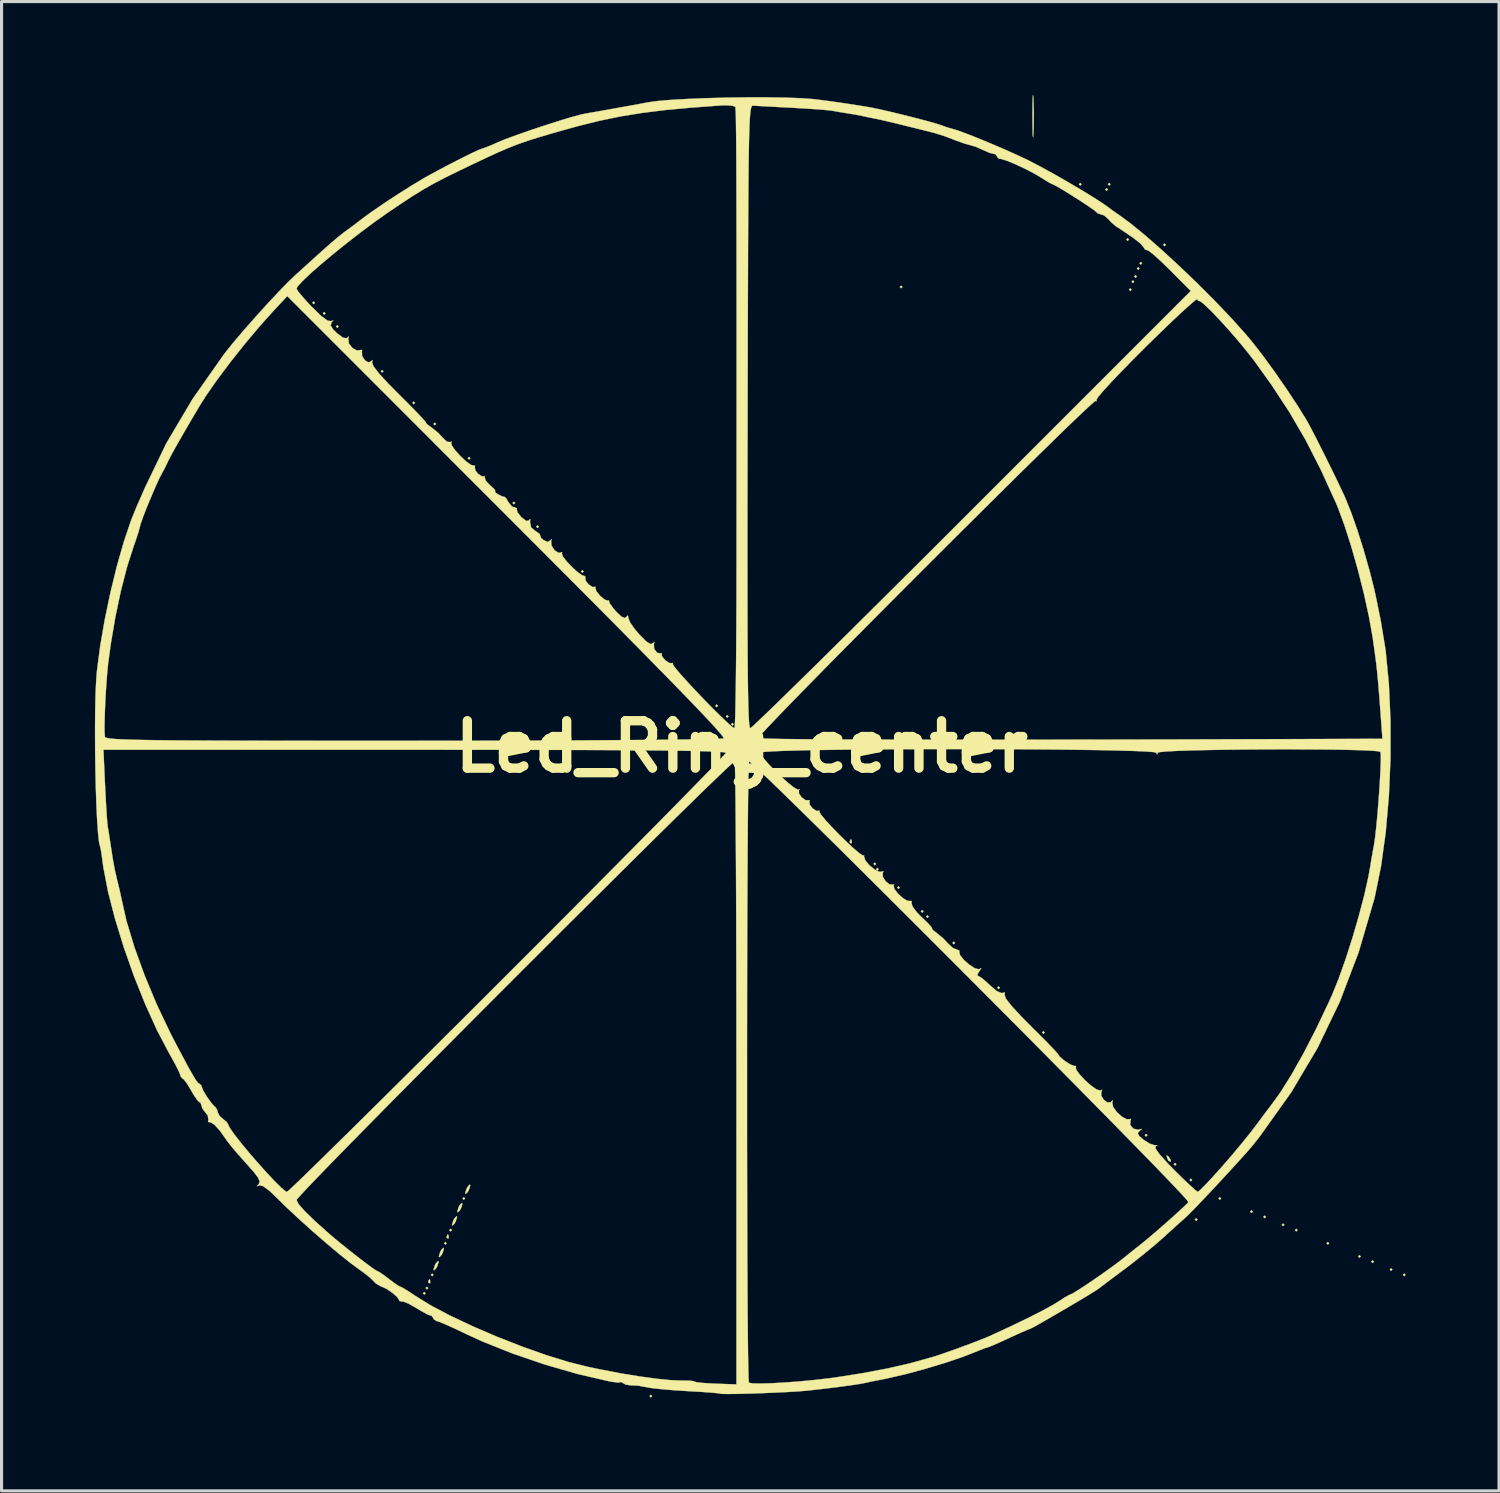
<source format=kicad_pcb>
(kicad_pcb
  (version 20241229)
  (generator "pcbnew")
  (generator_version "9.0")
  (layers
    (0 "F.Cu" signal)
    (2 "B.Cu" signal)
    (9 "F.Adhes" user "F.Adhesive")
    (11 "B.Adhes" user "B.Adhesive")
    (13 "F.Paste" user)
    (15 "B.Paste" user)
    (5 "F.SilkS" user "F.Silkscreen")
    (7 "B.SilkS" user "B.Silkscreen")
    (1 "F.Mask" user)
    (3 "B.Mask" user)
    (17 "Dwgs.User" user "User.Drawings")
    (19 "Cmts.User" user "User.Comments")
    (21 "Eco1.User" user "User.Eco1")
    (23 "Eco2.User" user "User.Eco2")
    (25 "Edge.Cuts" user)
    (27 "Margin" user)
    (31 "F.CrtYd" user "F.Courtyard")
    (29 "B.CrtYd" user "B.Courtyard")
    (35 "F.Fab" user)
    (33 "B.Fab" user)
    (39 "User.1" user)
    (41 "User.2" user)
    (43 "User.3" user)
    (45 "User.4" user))
  (footprint "Led_Ring_center"
    (layer "F.Cu")
    (at 20.788 20.948)
    (property "Reference" "Led_Ring_center" (at 0 0 0) (layer "F.SilkS") (effects (font (size 1.524 1.524) (thickness 0.3))))
    (attr through_hole)
    (fp_poly (pts (xy -13.716 -14.266) (xy -13.758 -14.224) (xy -13.801 -14.266) (xy -13.758 -14.309) (xy -13.716 -14.266)) (stroke (width 0.01) (type solid)) (fill yes) (layer "F.SilkS"))
    (fp_poly (pts (xy -13.377 -13.928) (xy -13.42 -13.885) (xy -13.462 -13.928) (xy -13.42 -13.97) (xy -13.377 -13.928)) (stroke (width 0.01) (type solid)) (fill yes) (layer "F.SilkS"))
    (fp_poly (pts (xy -12.954 -13.504) (xy -12.996 -13.462) (xy -13.039 -13.504) (xy -12.996 -13.547) (xy -12.954 -13.504)) (stroke (width 0.01) (type solid)) (fill yes) (layer "F.SilkS"))
    (fp_poly (pts (xy -11.515 -12.065) (xy -11.557 -12.023) (xy -11.599 -12.065) (xy -11.557 -12.107) (xy -11.515 -12.065)) (stroke (width 0.01) (type solid)) (fill yes) (layer "F.SilkS"))
    (fp_poly (pts (xy -10.499 -11.049) (xy -10.541 -11.007) (xy -10.583 -11.049) (xy -10.541 -11.091) (xy -10.499 -11.049)) (stroke (width 0.01) (type solid)) (fill yes) (layer "F.SilkS"))
    (fp_poly (pts (xy -10.16 17.568) (xy -10.202 17.611) (xy -10.245 17.568) (xy -10.202 17.526) (xy -10.16 17.568)) (stroke (width 0.01) (type solid)) (fill yes) (layer "F.SilkS"))
    (fp_poly (pts (xy -10.075 17.399) (xy -10.118 17.441) (xy -10.16 17.399) (xy -10.118 17.357) (xy -10.075 17.399)) (stroke (width 0.01) (type solid)) (fill yes) (layer "F.SilkS"))
    (fp_poly (pts (xy -9.906 16.976) (xy -9.948 17.018) (xy -9.991 16.976) (xy -9.948 16.933) (xy -9.906 16.976)) (stroke (width 0.01) (type solid)) (fill yes) (layer "F.SilkS"))
    (fp_poly (pts (xy -9.821 -10.372) (xy -9.864 -10.329) (xy -9.906 -10.372) (xy -9.864 -10.414) (xy -9.821 -10.372)) (stroke (width 0.01) (type solid)) (fill yes) (layer "F.SilkS"))
    (fp_poly (pts (xy -9.483 15.96) (xy -9.525 16.002) (xy -9.567 15.96) (xy -9.525 15.917) (xy -9.483 15.96)) (stroke (width 0.01) (type solid)) (fill yes) (layer "F.SilkS"))
    (fp_poly (pts (xy -9.313 15.536) (xy -9.356 15.579) (xy -9.398 15.536) (xy -9.356 15.494) (xy -9.313 15.536)) (stroke (width 0.01) (type solid)) (fill yes) (layer "F.SilkS"))
    (fp_poly (pts (xy -8.89 14.52) (xy -8.932 14.563) (xy -8.975 14.52) (xy -8.932 14.478) (xy -8.89 14.52)) (stroke (width 0.01) (type solid)) (fill yes) (layer "F.SilkS"))
    (fp_poly (pts (xy -8.721 -9.271) (xy -8.763 -9.229) (xy -8.805 -9.271) (xy -8.763 -9.313) (xy -8.721 -9.271)) (stroke (width 0.01) (type solid)) (fill yes) (layer "F.SilkS"))
    (fp_poly (pts (xy -7.281 -7.832) (xy -7.324 -7.789) (xy -7.366 -7.832) (xy -7.324 -7.874) (xy -7.281 -7.832)) (stroke (width 0.01) (type solid)) (fill yes) (layer "F.SilkS"))
    (fp_poly (pts (xy -6.519 -7.07) (xy -6.562 -7.027) (xy -6.604 -7.07) (xy -6.562 -7.112) (xy -6.519 -7.07)) (stroke (width 0.01) (type solid)) (fill yes) (layer "F.SilkS"))
    (fp_poly (pts (xy -5.08 -5.63) (xy -5.122 -5.588) (xy -5.165 -5.63) (xy -5.122 -5.673) (xy -5.08 -5.63)) (stroke (width 0.01) (type solid)) (fill yes) (layer "F.SilkS"))
    (fp_poly (pts (xy -2.879 20.87) (xy -2.921 20.913) (xy -2.963 20.87) (xy -2.921 20.828) (xy -2.879 20.87)) (stroke (width 0.01) (type solid)) (fill yes) (layer "F.SilkS"))
    (fp_poly (pts (xy -0.762 -1.312) (xy -0.804 -1.27) (xy -0.847 -1.312) (xy -0.804 -1.355) (xy -0.762 -1.312)) (stroke (width 0.01) (type solid)) (fill yes) (layer "F.SilkS"))
    (fp_poly (pts (xy -0.423 -0.974) (xy -0.466 -0.931) (xy -0.508 -0.974) (xy -0.466 -1.016) (xy -0.423 -0.974)) (stroke (width 0.01) (type solid)) (fill yes) (layer "F.SilkS"))
    (fp_poly (pts (xy -0.254 -0.72) (xy -0.296 -0.677) (xy -0.339 -0.72) (xy -0.296 -0.762) (xy -0.254 -0.72)) (stroke (width 0.01) (type solid)) (fill yes) (layer "F.SilkS"))
    (fp_poly (pts (xy 1.355 0.804) (xy 1.312 0.847) (xy 1.27 0.804) (xy 1.312 0.762) (xy 1.355 0.804)) (stroke (width 0.01) (type solid)) (fill yes) (layer "F.SilkS"))
    (fp_poly (pts (xy 4.318 3.768) (xy 4.276 3.81) (xy 4.233 3.768) (xy 4.276 3.725) (xy 4.318 3.768)) (stroke (width 0.01) (type solid)) (fill yes) (layer "F.SilkS"))
    (fp_poly (pts (xy 4.403 3.937) (xy 4.36 3.979) (xy 4.318 3.937) (xy 4.36 3.895) (xy 4.403 3.937)) (stroke (width 0.01) (type solid)) (fill yes) (layer "F.SilkS"))
    (fp_poly (pts (xy 5.08 4.53) (xy 5.038 4.572) (xy 4.995 4.53) (xy 5.038 4.487) (xy 5.08 4.53)) (stroke (width 0.01) (type solid)) (fill yes) (layer "F.SilkS"))
    (fp_poly (pts (xy 5.165 -14.774) (xy 5.122 -14.732) (xy 5.08 -14.774) (xy 5.122 -14.817) (xy 5.165 -14.774)) (stroke (width 0.01) (type solid)) (fill yes) (layer "F.SilkS"))
    (fp_poly (pts (xy 5.842 5.292) (xy 5.8 5.334) (xy 5.757 5.292) (xy 5.8 5.249) (xy 5.842 5.292)) (stroke (width 0.01) (type solid)) (fill yes) (layer "F.SilkS"))
    (fp_poly (pts (xy 6.011 5.461) (xy 5.969 5.503) (xy 5.927 5.461) (xy 5.969 5.419) (xy 6.011 5.461)) (stroke (width 0.01) (type solid)) (fill yes) (layer "F.SilkS"))
    (fp_poly (pts (xy 6.858 6.308) (xy 6.816 6.35) (xy 6.773 6.308) (xy 6.816 6.265) (xy 6.858 6.308)) (stroke (width 0.01) (type solid)) (fill yes) (layer "F.SilkS"))
    (fp_poly (pts (xy 8.297 7.747) (xy 8.255 7.789) (xy 8.213 7.747) (xy 8.255 7.705) (xy 8.297 7.747)) (stroke (width 0.01) (type solid)) (fill yes) (layer "F.SilkS"))
    (fp_poly (pts (xy 9.737 9.186) (xy 9.694 9.229) (xy 9.652 9.186) (xy 9.694 9.144) (xy 9.737 9.186)) (stroke (width 0.01) (type solid)) (fill yes) (layer "F.SilkS"))
    (fp_poly (pts (xy 10.922 -18.076) (xy 10.88 -18.034) (xy 10.837 -18.076) (xy 10.88 -18.119) (xy 10.922 -18.076)) (stroke (width 0.01) (type solid)) (fill yes) (layer "F.SilkS"))
    (fp_poly (pts (xy 11.769 -17.907) (xy 11.726 -17.865) (xy 11.684 -17.907) (xy 11.726 -17.949) (xy 11.769 -17.907)) (stroke (width 0.01) (type solid)) (fill yes) (layer "F.SilkS"))
    (fp_poly (pts (xy 11.853 -18.076) (xy 11.811 -18.034) (xy 11.769 -18.076) (xy 11.811 -18.119) (xy 11.853 -18.076)) (stroke (width 0.01) (type solid)) (fill yes) (layer "F.SilkS"))
    (fp_poly (pts (xy 12.446 -16.298) (xy 12.404 -16.256) (xy 12.361 -16.298) (xy 12.404 -16.341) (xy 12.446 -16.298)) (stroke (width 0.01) (type solid)) (fill yes) (layer "F.SilkS"))
    (fp_poly (pts (xy 12.531 -14.69) (xy 12.488 -14.647) (xy 12.446 -14.69) (xy 12.488 -14.732) (xy 12.531 -14.69)) (stroke (width 0.01) (type solid)) (fill yes) (layer "F.SilkS"))
    (fp_poly (pts (xy 12.615 -14.944) (xy 12.573 -14.901) (xy 12.531 -14.944) (xy 12.573 -14.986) (xy 12.615 -14.944)) (stroke (width 0.01) (type solid)) (fill yes) (layer "F.SilkS"))
    (fp_poly (pts (xy 12.7 -15.113) (xy 12.658 -15.071) (xy 12.615 -15.113) (xy 12.658 -15.155) (xy 12.7 -15.113)) (stroke (width 0.01) (type solid)) (fill yes) (layer "F.SilkS"))
    (fp_poly (pts (xy 12.785 -15.367) (xy 12.742 -15.325) (xy 12.7 -15.367) (xy 12.742 -15.409) (xy 12.785 -15.367)) (stroke (width 0.01) (type solid)) (fill yes) (layer "F.SilkS"))
    (fp_poly (pts (xy 12.869 -15.536) (xy 12.827 -15.494) (xy 12.785 -15.536) (xy 12.827 -15.579) (xy 12.869 -15.536)) (stroke (width 0.01) (type solid)) (fill yes) (layer "F.SilkS"))
    (fp_poly (pts (xy 13.039 12.488) (xy 12.996 12.531) (xy 12.954 12.488) (xy 12.996 12.446) (xy 13.039 12.488)) (stroke (width 0.01) (type solid)) (fill yes) (layer "F.SilkS"))
    (fp_poly (pts (xy 13.631 -16.129) (xy 13.589 -16.087) (xy 13.547 -16.129) (xy 13.589 -16.171) (xy 13.631 -16.129)) (stroke (width 0.01) (type solid)) (fill yes) (layer "F.SilkS"))
    (fp_poly (pts (xy 13.97 13.42) (xy 13.928 13.462) (xy 13.885 13.42) (xy 13.928 13.377) (xy 13.97 13.42)) (stroke (width 0.01) (type solid)) (fill yes) (layer "F.SilkS"))
    (fp_poly (pts (xy 14.478 13.928) (xy 14.436 13.97) (xy 14.393 13.928) (xy 14.436 13.885) (xy 14.478 13.928)) (stroke (width 0.01) (type solid)) (fill yes) (layer "F.SilkS"))
    (fp_poly (pts (xy 14.647 15.198) (xy 14.605 15.24) (xy 14.563 15.198) (xy 14.605 15.155) (xy 14.647 15.198)) (stroke (width 0.01) (type solid)) (fill yes) (layer "F.SilkS"))
    (fp_poly (pts (xy 15.409 14.52) (xy 15.367 14.563) (xy 15.325 14.52) (xy 15.367 14.478) (xy 15.409 14.52)) (stroke (width 0.01) (type solid)) (fill yes) (layer "F.SilkS"))
    (fp_poly (pts (xy 16.425 14.944) (xy 16.383 14.986) (xy 16.341 14.944) (xy 16.383 14.901) (xy 16.425 14.944)) (stroke (width 0.01) (type solid)) (fill yes) (layer "F.SilkS"))
    (fp_poly (pts (xy 16.849 15.113) (xy 16.806 15.155) (xy 16.764 15.113) (xy 16.806 15.071) (xy 16.849 15.113)) (stroke (width 0.01) (type solid)) (fill yes) (layer "F.SilkS"))
    (fp_poly (pts (xy 17.441 15.367) (xy 17.399 15.409) (xy 17.357 15.367) (xy 17.399 15.325) (xy 17.441 15.367)) (stroke (width 0.01) (type solid)) (fill yes) (layer "F.SilkS"))
    (fp_poly (pts (xy 17.865 15.536) (xy 17.822 15.579) (xy 17.78 15.536) (xy 17.822 15.494) (xy 17.865 15.536)) (stroke (width 0.01) (type solid)) (fill yes) (layer "F.SilkS"))
    (fp_poly (pts (xy 18.881 15.96) (xy 18.838 16.002) (xy 18.796 15.96) (xy 18.838 15.917) (xy 18.881 15.96)) (stroke (width 0.01) (type solid)) (fill yes) (layer "F.SilkS"))
    (fp_poly (pts (xy 19.897 16.383) (xy 19.854 16.425) (xy 19.812 16.383) (xy 19.854 16.341) (xy 19.897 16.383)) (stroke (width 0.01) (type solid)) (fill yes) (layer "F.SilkS"))
    (fp_poly (pts (xy 20.32 16.552) (xy 20.278 16.595) (xy 20.235 16.552) (xy 20.278 16.51) (xy 20.32 16.552)) (stroke (width 0.01) (type solid)) (fill yes) (layer "F.SilkS"))
    (fp_poly (pts (xy 20.913 16.806) (xy 20.87 16.849) (xy 20.828 16.806) (xy 20.87 16.764) (xy 20.913 16.806)) (stroke (width 0.01) (type solid)) (fill yes) (layer "F.SilkS"))
    (fp_poly (pts (xy 21.336 16.976) (xy 21.294 17.018) (xy 21.251 16.976) (xy 21.294 16.933) (xy 21.336 16.976)) (stroke (width 0.01) (type solid)) (fill yes) (layer "F.SilkS"))
    (fp_poly (pts (xy -10.019 17.131) (xy -10.009 17.231) (xy -10.019 17.244) (xy -10.069 17.232) (xy -10.075 17.187) (xy -10.044 17.118) (xy -10.019 17.131)) (stroke (width 0.01) (type solid)) (fill yes) (layer "F.SilkS"))
    (fp_poly (pts (xy -9.426 15.692) (xy -9.416 15.792) (xy -9.426 15.804) (xy -9.477 15.793) (xy -9.483 15.748) (xy -9.452 15.678) (xy -9.426 15.692)) (stroke (width 0.01) (type solid)) (fill yes) (layer "F.SilkS"))
    (fp_poly (pts (xy 3.528 2.992) (xy 3.538 3.092) (xy 3.528 3.104) (xy 3.477 3.093) (xy 3.471 3.048) (xy 3.502 2.978) (xy 3.528 2.992)) (stroke (width 0.01) (type solid)) (fill yes) (layer "F.SilkS"))
    (fp_poly (pts (xy 13.715 13.174) (xy 13.727 13.185) (xy 13.793 13.296) (xy 13.784 13.337) (xy 13.721 13.312) (xy 13.679 13.233) (xy 13.653 13.134) (xy 13.715 13.174)) (stroke (width 0.01) (type solid)) (fill yes) (layer "F.SilkS"))
    (fp_poly (pts (xy -9.739 16.552) (xy -9.781 16.691) (xy -9.821 16.764) (xy -9.888 16.832) (xy -9.903 16.806) (xy -9.861 16.667) (xy -9.821 16.595) (xy -9.754 16.527) (xy -9.739 16.552)) (stroke (width 0.01) (type solid)) (fill yes) (layer "F.SilkS"))
    (fp_poly (pts (xy -9.57 16.129) (xy -9.612 16.268) (xy -9.652 16.341) (xy -9.719 16.408) (xy -9.734 16.383) (xy -9.692 16.244) (xy -9.652 16.171) (xy -9.585 16.104) (xy -9.57 16.129)) (stroke (width 0.01) (type solid)) (fill yes) (layer "F.SilkS"))
    (fp_poly (pts (xy -9.147 15.113) (xy -9.189 15.252) (xy -9.229 15.325) (xy -9.296 15.392) (xy -9.311 15.367) (xy -9.269 15.228) (xy -9.229 15.155) (xy -9.162 15.088) (xy -9.147 15.113)) (stroke (width 0.01) (type solid)) (fill yes) (layer "F.SilkS"))
    (fp_poly (pts (xy -8.977 14.69) (xy -9.019 14.829) (xy -9.059 14.901) (xy -9.126 14.969) (xy -9.141 14.944) (xy -9.099 14.805) (xy -9.059 14.732) (xy -8.992 14.664) (xy -8.977 14.69)) (stroke (width 0.01) (type solid)) (fill yes) (layer "F.SilkS"))
    (fp_poly (pts (xy -8.723 14.097) (xy -8.765 14.236) (xy -8.805 14.309) (xy -8.872 14.376) (xy -8.887 14.351) (xy -8.845 14.212) (xy -8.805 14.139) (xy -8.738 14.072) (xy -8.723 14.097)) (stroke (width 0.01) (type solid)) (fill yes) (layer "F.SilkS"))
    (fp_poly (pts (xy 9.372 -20.879) (xy 9.376 -20.803) (xy 9.388 -20.399) (xy 9.385 -19.965) (xy 9.376 -19.703) (xy 9.365 -19.588) (xy 9.356 -19.629) (xy 9.35 -19.811) (xy 9.347 -20.119) (xy 9.346 -20.278) (xy 9.348 -20.629) (xy 9.354 -20.855) (xy 9.362 -20.943) (xy 9.372 -20.879)) (stroke (width 0.01) (type solid)) (fill yes) (layer "F.SilkS"))
    (fp_poly (pts (xy 1.412 -20.86) (xy 1.923 -20.841) (xy 2.317 -20.812) (xy 2.328 -20.81) (xy 2.712 -20.762) (xy 3.181 -20.697) (xy 3.66 -20.624) (xy 4.073 -20.557) (xy 4.191 -20.535) (xy 4.451 -20.481) (xy 4.802 -20.4) (xy 5.201 -20.303) (xy 5.605 -20.201) (xy 5.969 -20.105) (xy 6.25 -20.026) (xy 6.392 -19.98) (xy 6.612 -19.902) (xy 6.773 -19.856) (xy 6.964 -19.798) (xy 7.272 -19.684) (xy 7.659 -19.53) (xy 8.09 -19.351) (xy 8.526 -19.163) (xy 8.931 -18.979) (xy 9.241 -18.831) (xy 9.613 -18.636) (xy 10.047 -18.398) (xy 10.503 -18.137) (xy 10.944 -17.876) (xy 11.332 -17.638) (xy 11.629 -17.445) (xy 11.738 -17.367) (xy 11.959 -17.206) (xy 12.109 -17.103) (xy 12.499 -16.817) (xy 12.975 -16.427) (xy 13.51 -15.958) (xy 14.08 -15.433) (xy 14.658 -14.877) (xy 15.221 -14.314) (xy 15.741 -13.768) (xy 16.194 -13.263) (xy 16.389 -13.031) (xy 16.735 -12.588) (xy 17.126 -12.052) (xy 17.523 -11.479) (xy 17.889 -10.923) (xy 18.159 -10.486) (xy 18.269 -10.285) (xy 18.433 -9.971) (xy 18.63 -9.58) (xy 18.843 -9.153) (xy 19.052 -8.728) (xy 19.237 -8.343) (xy 19.38 -8.037) (xy 19.396 -8.001) (xy 19.584 -7.537) (xy 19.787 -6.958) (xy 19.99 -6.316) (xy 20.176 -5.664) (xy 20.331 -5.053) (xy 20.398 -4.741) (xy 20.459 -4.439) (xy 20.513 -4.173) (xy 20.536 -4.064) (xy 20.695 -3.099) (xy 20.8 -2.013) (xy 20.852 -0.847) (xy 20.852 0.362) (xy 20.801 1.572) (xy 20.699 2.745) (xy 20.548 3.841) (xy 20.349 4.82) (xy 20.326 4.911) (xy 19.827 6.61) (xy 19.225 8.191) (xy 18.508 9.681) (xy 17.663 11.106) (xy 16.676 12.492) (xy 16.448 12.783) (xy 16.303 12.955) (xy 16.074 13.211) (xy 15.788 13.527) (xy 15.469 13.874) (xy 15.141 14.226) (xy 14.829 14.557) (xy 14.559 14.84) (xy 14.354 15.048) (xy 14.245 15.151) (xy 14.114 15.265) (xy 13.901 15.457) (xy 13.645 15.69) (xy 13.583 15.748) (xy 13.284 16.01) (xy 12.908 16.321) (xy 12.513 16.633) (xy 12.313 16.785) (xy 12 17.018) (xy 11.733 17.218) (xy 11.546 17.36) (xy 11.472 17.417) (xy 11.367 17.488) (xy 11.153 17.62) (xy 10.862 17.795) (xy 10.526 17.994) (xy 10.176 18.199) (xy 9.843 18.392) (xy 9.56 18.554) (xy 9.357 18.667) (xy 9.265 18.711) (xy 9.264 18.711) (xy 9.173 18.745) (xy 8.967 18.834) (xy 8.686 18.962) (xy 8.588 19.008) (xy 8.291 19.144) (xy 8.055 19.248) (xy 7.921 19.3) (xy 7.906 19.304) (xy 7.803 19.335) (xy 7.615 19.41) (xy 7.59 19.421) (xy 7.124 19.605) (xy 6.545 19.801) (xy 5.906 19.994) (xy 5.26 20.168) (xy 4.663 20.307) (xy 4.36 20.366) (xy 4.134 20.41) (xy 3.979 20.446) (xy 3.808 20.479) (xy 3.507 20.525) (xy 3.113 20.578) (xy 2.665 20.633) (xy 2.2 20.685) (xy 2.074 20.699) (xy 1.817 20.72) (xy 1.467 20.741) (xy 1.06 20.76) (xy 0.629 20.778) (xy 0.209 20.792) (xy -0.166 20.801) (xy -0.462 20.804) (xy -0.645 20.8) (xy -0.686 20.794) (xy -0.779 20.778) (xy -1.007 20.757) (xy -1.335 20.734) (xy -1.731 20.712) (xy -1.736 20.711) (xy -2.168 20.684) (xy -2.57 20.65) (xy -2.892 20.614) (xy -3.073 20.583) (xy -3.32 20.538) (xy -3.515 20.526) (xy -3.539 20.529) (xy -3.724 20.504) (xy -3.789 20.468) (xy -3.88 20.416) (xy -3.895 20.426) (xy -3.968 20.436) (xy -4.155 20.415) (xy -4.255 20.397) (xy -5.263 20.164) (xy -6.319 19.86) (xy -7.363 19.504) (xy -8.334 19.116) (xy -8.858 18.875) (xy -9.21 18.707) (xy -9.51 18.572) (xy -9.723 18.484) (xy -9.81 18.457) (xy -9.901 18.399) (xy -9.906 18.373) (xy -9.968 18.29) (xy -9.988 18.288) (xy -10.1 18.246) (xy -10.301 18.137) (xy -10.466 18.037) (xy -10.696 17.906) (xy -10.871 17.834) (xy -10.934 17.83) (xy -11.003 17.814) (xy -11.007 17.791) (xy -11.072 17.688) (xy -11.23 17.55) (xy -11.423 17.421) (xy -11.593 17.344) (xy -11.605 17.341) (xy -11.757 17.254) (xy -11.826 17.182) (xy -11.952 17.059) (xy -12.162 16.894) (xy -12.291 16.803) (xy -12.574 16.594) (xy -12.945 16.298) (xy -13.37 15.941) (xy -13.814 15.554) (xy -14.246 15.165) (xy -14.631 14.805) (xy -14.864 14.574) (xy -14.866 14.572) (xy -14.308 14.572) (xy -14.242 14.7) (xy -14.05 14.921) (xy -13.74 15.223) (xy -13.323 15.598) (xy -13.166 15.734) (xy -12.922 15.937) (xy -12.639 16.165) (xy -12.347 16.394) (xy -12.079 16.6) (xy -11.866 16.757) (xy -11.74 16.841) (xy -11.722 16.849) (xy -11.628 16.897) (xy -11.453 17.02) (xy -11.345 17.103) (xy -11.148 17.251) (xy -11.006 17.343) (xy -10.971 17.357) (xy -10.878 17.401) (xy -10.691 17.516) (xy -10.499 17.645) (xy -9.996 17.955) (xy -9.366 18.288) (xy -8.643 18.629) (xy -7.865 18.963) (xy -7.068 19.276) (xy -6.29 19.552) (xy -5.566 19.776) (xy -4.932 19.934) (xy -4.911 19.938) (xy -4.808 19.959) (xy -4.605 20.002) (xy -4.53 20.017) (xy -3.921 20.135) (xy -3.319 20.234) (xy -2.762 20.311) (xy -2.289 20.359) (xy -1.939 20.373) (xy -1.926 20.372) (xy -1.692 20.375) (xy -1.547 20.391) (xy -1.524 20.405) (xy -1.446 20.427) (xy -1.239 20.45) (xy -0.942 20.468) (xy -0.847 20.472) (xy -0.169 20.496) (xy -0.169 11.308) (xy 0.171 11.308) (xy 0.171 12.425) (xy 0.173 13.519) (xy 0.175 14.578) (xy 0.178 15.589) (xy 0.181 16.54) (xy 0.186 17.417) (xy 0.191 18.207) (xy 0.197 18.898) (xy 0.203 19.478) (xy 0.211 19.933) (xy 0.219 20.25) (xy 0.228 20.417) (xy 0.232 20.44) (xy 0.345 20.463) (xy 0.595 20.469) (xy 0.951 20.459) (xy 1.384 20.435) (xy 1.863 20.399) (xy 2.356 20.352) (xy 2.834 20.296) (xy 3.006 20.273) (xy 3.868 20.138) (xy 4.678 19.985) (xy 5.395 19.822) (xy 5.906 19.68) (xy 6.051 19.639) (xy 6.076 19.633) (xy 6.243 19.583) (xy 6.522 19.488) (xy 6.868 19.366) (xy 7.234 19.231) (xy 7.577 19.102) (xy 7.849 18.994) (xy 7.957 18.948) (xy 8.598 18.652) (xy 9.167 18.378) (xy 9.644 18.137) (xy 10.003 17.941) (xy 10.185 17.829) (xy 10.386 17.699) (xy 10.525 17.621) (xy 10.554 17.611) (xy 10.65 17.565) (xy 10.85 17.441) (xy 11.121 17.263) (xy 11.43 17.052) (xy 11.744 16.831) (xy 12.03 16.623) (xy 12.255 16.451) (xy 12.259 16.447) (xy 12.503 16.251) (xy 12.716 16.081) (xy 12.817 16.002) (xy 13.01 15.845) (xy 13.265 15.629) (xy 13.549 15.382) (xy 13.832 15.132) (xy 14.081 14.906) (xy 14.267 14.733) (xy 14.356 14.639) (xy 14.357 14.637) (xy 14.306 14.567) (xy 14.144 14.386) (xy 13.879 14.105) (xy 13.521 13.731) (xy 13.079 13.275) (xy 12.561 12.744) (xy 11.977 12.148) (xy 11.336 11.497) (xy 10.647 10.798) (xy 9.918 10.062) (xy 9.159 9.296) (xy 8.379 8.511) (xy 7.586 7.715) (xy 6.791 6.917) (xy 6.001 6.127) (xy 5.225 5.352) (xy 4.474 4.603) (xy 3.755 3.889) (xy 3.078 3.217) (xy 2.451 2.598) (xy 1.885 2.041) (xy 1.387 1.554) (xy 0.967 1.146) (xy 0.634 0.827) (xy 0.396 0.605) (xy 0.263 0.49) (xy 0.238 0.476) (xy 0.229 0.564) (xy 0.22 0.809) (xy 0.212 1.198) (xy 0.204 1.718) (xy 0.198 2.356) (xy 0.192 3.1) (xy 0.187 3.936) (xy 0.182 4.852) (xy 0.178 5.835) (xy 0.175 6.872) (xy 0.173 7.951) (xy 0.172 9.058) (xy 0.171 10.181) (xy 0.171 11.308) (xy -0.169 11.308) (xy -0.169 10.516) (xy -0.17 9.23) (xy -0.171 7.991) (xy -0.173 6.81) (xy -0.176 5.697) (xy -0.18 4.663) (xy -0.185 3.718) (xy -0.19 2.873) (xy -0.195 2.139) (xy -0.201 1.525) (xy -0.208 1.043) (xy -0.215 0.702) (xy -0.222 0.514) (xy -0.227 0.479) (xy -0.294 0.528) (xy -0.471 0.689) (xy -0.749 0.953) (xy -1.12 1.309) (xy -1.573 1.751) (xy -2.1 2.267) (xy -2.692 2.85) (xy -3.34 3.491) (xy -4.034 4.179) (xy -4.767 4.908) (xy -5.529 5.666) (xy -6.31 6.446) (xy -7.103 7.238) (xy -7.897 8.033) (xy -8.684 8.822) (xy -9.455 9.597) (xy -10.201 10.348) (xy -10.912 11.066) (xy -11.581 11.742) (xy -12.197 12.368) (xy -12.752 12.933) (xy -13.237 13.43) (xy -13.643 13.849) (xy -13.96 14.181) (xy -14.18 14.417) (xy -14.294 14.548) (xy -14.308 14.572) (xy -14.866 14.572) (xy -15.17 14.281) (xy -15.382 14.123) (xy -15.504 14.098) (xy -15.507 14.099) (xy -15.577 14.128) (xy -15.52 14.055) (xy -15.519 14.054) (xy -15.492 13.975) (xy -15.543 13.852) (xy -15.687 13.661) (xy -15.932 13.386) (xy -16.181 13.107) (xy -16.399 12.851) (xy -16.548 12.659) (xy -16.578 12.615) (xy -16.766 12.348) (xy -16.941 12.156) (xy -17.074 12.069) (xy -17.114 12.072) (xy -17.153 12.052) (xy -17.14 11.998) (xy -17.16 11.854) (xy -17.226 11.772) (xy -17.336 11.628) (xy -17.357 11.547) (xy -17.395 11.441) (xy -17.422 11.43) (xy -17.496 11.362) (xy -17.615 11.188) (xy -17.695 11.049) (xy -17.825 10.832) (xy -17.93 10.694) (xy -17.969 10.668) (xy -18.032 10.603) (xy -18.034 10.579) (xy -18.074 10.47) (xy -18.181 10.254) (xy -18.335 9.97) (xy -18.41 9.839) (xy -18.793 9.111) (xy -19.171 8.276) (xy -19.532 7.375) (xy -19.86 6.446) (xy -20.142 5.529) (xy -20.365 4.664) (xy -20.514 3.891) (xy -20.543 3.683) (xy -20.577 3.432) (xy -20.607 3.258) (xy -20.619 3.216) (xy -20.655 3.07) (xy -20.687 2.781) (xy -20.716 2.373) (xy -20.74 1.872) (xy -20.759 1.302) (xy -20.773 0.69) (xy -20.781 0.098) (xy -20.514 0.098) (xy -20.461 1.255) (xy -20.439 1.694) (xy -20.416 2.083) (xy -20.395 2.385) (xy -20.377 2.563) (xy -20.374 2.582) (xy -20.342 2.769) (xy -20.301 3.036) (xy -20.285 3.14) (xy -20.215 3.596) (xy -20.149 3.955) (xy -20.073 4.29) (xy -20.055 4.36) (xy -19.995 4.607) (xy -19.953 4.796) (xy -19.947 4.826) (xy -19.778 5.584) (xy -19.52 6.44) (xy -19.188 7.356) (xy -18.796 8.294) (xy -18.357 9.216) (xy -18.242 9.44) (xy -17.976 9.944) (xy -17.777 10.314) (xy -17.632 10.57) (xy -17.532 10.731) (xy -17.465 10.813) (xy -17.42 10.837) (xy -17.359 10.903) (xy -17.357 10.925) (xy -17.309 11.048) (xy -17.196 11.238) (xy -17.06 11.431) (xy -16.943 11.564) (xy -16.912 11.585) (xy -16.854 11.683) (xy -16.849 11.733) (xy -16.783 11.867) (xy -16.679 11.958) (xy -16.547 12.066) (xy -16.51 12.133) (xy -16.456 12.248) (xy -16.31 12.456) (xy -16.094 12.732) (xy -15.833 13.048) (xy -15.549 13.377) (xy -15.266 13.693) (xy -15.006 13.969) (xy -14.794 14.178) (xy -14.653 14.294) (xy -14.617 14.309) (xy -14.546 14.25) (xy -14.364 14.079) (xy -14.076 13.803) (xy -13.692 13.429) (xy -13.219 12.965) (xy -12.663 12.418) (xy -12.033 11.796) (xy -11.336 11.106) (xy -10.579 10.355) (xy -9.771 9.551) (xy -8.918 8.702) (xy -8.029 7.815) (xy -7.517 7.303) (xy -6.61 6.396) (xy -5.738 5.522) (xy -4.908 4.688) (xy -4.126 3.901) (xy -3.401 3.17) (xy -2.74 2.501) (xy -2.149 1.902) (xy -1.638 1.381) (xy -1.212 0.945) (xy -0.88 0.602) (xy -0.649 0.359) (xy -0.527 0.224) (xy -0.508 0.198) (xy -0.524 0.192) (xy 0.593 0.192) (xy 0.649 0.304) (xy 0.796 0.485) (xy 1.003 0.706) (xy 1.238 0.936) (xy 1.47 1.145) (xy 1.666 1.303) (xy 1.796 1.379) (xy 1.825 1.378) (xy 1.861 1.362) (xy 1.841 1.39) (xy 1.84 1.501) (xy 1.93 1.633) (xy 2.055 1.721) (xy 2.141 1.721) (xy 2.189 1.721) (xy 2.174 1.754) (xy 2.188 1.868) (xy 2.279 1.984) (xy 2.41 2.067) (xy 2.475 2.058) (xy 2.497 2.051) (xy 2.492 2.081) (xy 2.538 2.172) (xy 2.677 2.342) (xy 2.881 2.565) (xy 3.121 2.813) (xy 3.371 3.058) (xy 3.602 3.272) (xy 3.787 3.429) (xy 3.897 3.499) (xy 3.915 3.496) (xy 3.935 3.492) (xy 3.93 3.525) (xy 3.97 3.652) (xy 4.101 3.807) (xy 4.27 3.946) (xy 4.425 4.023) (xy 4.494 4.018) (xy 4.558 4.001) (xy 4.534 4.056) (xy 4.535 4.183) (xy 4.625 4.326) (xy 4.75 4.426) (xy 4.85 4.43) (xy 4.899 4.43) (xy 4.884 4.461) (xy 4.904 4.569) (xy 5.018 4.718) (xy 5.176 4.863) (xy 5.328 4.954) (xy 5.411 4.958) (xy 5.468 4.963) (xy 5.456 5.019) (xy 5.491 5.14) (xy 5.634 5.329) (xy 5.794 5.489) (xy 5.984 5.672) (xy 6.099 5.799) (xy 6.118 5.842) (xy 6.135 5.882) (xy 6.258 5.98) (xy 6.268 5.987) (xy 6.483 6.167) (xy 6.631 6.326) (xy 6.784 6.467) (xy 6.911 6.519) (xy 6.999 6.556) (xy 6.993 6.591) (xy 7.015 6.696) (xy 7.136 6.847) (xy 7.308 7.001) (xy 7.483 7.117) (xy 7.615 7.154) (xy 7.634 7.148) (xy 7.701 7.119) (xy 7.654 7.194) (xy 7.631 7.223) (xy 7.571 7.334) (xy 7.596 7.366) (xy 7.697 7.421) (xy 7.868 7.563) (xy 7.981 7.671) (xy 8.199 7.856) (xy 8.354 7.92) (xy 8.391 7.911) (xy 8.461 7.9) (xy 8.447 7.973) (xy 8.487 8.092) (xy 8.659 8.316) (xy 8.96 8.645) (xy 9.314 9.003) (xy 9.628 9.314) (xy 9.889 9.579) (xy 10.078 9.778) (xy 10.176 9.889) (xy 10.184 9.906) (xy 10.211 9.951) (xy 10.337 10.063) (xy 10.38 10.097) (xy 10.562 10.215) (xy 10.695 10.261) (xy 10.709 10.259) (xy 10.751 10.27) (xy 10.736 10.29) (xy 10.75 10.381) (xy 10.862 10.536) (xy 11.033 10.718) (xy 11.223 10.889) (xy 11.395 11.011) (xy 11.51 11.049) (xy 11.521 11.045) (xy 11.586 11.028) (xy 11.562 11.084) (xy 11.554 11.211) (xy 11.633 11.344) (xy 11.751 11.434) (xy 11.858 11.43) (xy 11.876 11.411) (xy 11.927 11.36) (xy 11.91 11.443) (xy 11.938 11.58) (xy 12.058 11.746) (xy 12.222 11.893) (xy 12.38 11.976) (xy 12.462 11.97) (xy 12.517 11.963) (xy 12.494 12.013) (xy 12.485 12.156) (xy 12.585 12.275) (xy 12.739 12.313) (xy 12.77 12.306) (xy 12.861 12.285) (xy 12.802 12.338) (xy 12.788 12.348) (xy 12.728 12.423) (xy 12.781 12.518) (xy 12.913 12.631) (xy 13.109 12.756) (xy 13.271 12.809) (xy 13.29 12.808) (xy 13.365 12.806) (xy 13.305 12.84) (xy 13.3 12.914) (xy 13.418 13.086) (xy 13.662 13.359) (xy 13.895 13.599) (xy 14.176 13.876) (xy 14.414 14.103) (xy 14.584 14.255) (xy 14.66 14.309) (xy 14.735 14.249) (xy 14.898 14.085) (xy 15.126 13.842) (xy 15.395 13.544) (xy 15.424 13.511) (xy 15.741 13.145) (xy 16.059 12.765) (xy 16.337 12.421) (xy 16.51 12.196) (xy 16.706 11.931) (xy 16.869 11.713) (xy 16.969 11.583) (xy 16.976 11.574) (xy 17.299 11.133) (xy 17.662 10.555) (xy 18.052 9.863) (xy 18.456 9.08) (xy 18.86 8.231) (xy 18.965 8.001) (xy 19.176 7.483) (xy 19.401 6.852) (xy 19.624 6.158) (xy 19.832 5.447) (xy 20.01 4.769) (xy 20.143 4.172) (xy 20.193 3.895) (xy 20.237 3.627) (xy 20.295 3.3) (xy 20.319 3.175) (xy 20.356 2.927) (xy 20.395 2.578) (xy 20.434 2.163) (xy 20.47 1.715) (xy 20.501 1.268) (xy 20.525 0.856) (xy 20.539 0.512) (xy 20.541 0.27) (xy 20.529 0.165) (xy 20.434 0.144) (xy 20.193 0.125) (xy 19.827 0.111) (xy 19.357 0.099) (xy 18.804 0.091) (xy 18.19 0.087) (xy 17.537 0.085) (xy 16.865 0.086) (xy 16.195 0.091) (xy 15.55 0.098) (xy 14.949 0.108) (xy 14.416 0.121) (xy 13.97 0.136) (xy 13.633 0.154) (xy 13.427 0.175) (xy 13.371 0.194) (xy 13.353 0.252) (xy 13.322 0.194) (xy 13.232 0.173) (xy 12.989 0.154) (xy 12.609 0.138) (xy 12.109 0.123) (xy 11.504 0.11) (xy 10.81 0.1) (xy 10.044 0.091) (xy 9.221 0.085) (xy 8.356 0.08) (xy 7.467 0.078) (xy 6.569 0.078) (xy 5.677 0.079) (xy 4.809 0.083) (xy 3.979 0.089) (xy 3.204 0.097) (xy 2.499 0.107) (xy 1.882 0.119) (xy 1.366 0.133) (xy 0.97 0.15) (xy 0.707 0.168) (xy 0.596 0.188) (xy 0.593 0.192) (xy -0.524 0.192) (xy -0.55 0.183) (xy -0.68 0.169) (xy -0.905 0.156) (xy -1.231 0.145) (xy -1.665 0.135) (xy -2.214 0.126) (xy -2.883 0.119) (xy -3.68 0.113) (xy -4.61 0.108) (xy -5.681 0.105) (xy -6.899 0.102) (xy -8.271 0.1) (xy -9.802 0.099) (xy -10.511 0.099) (xy -20.514 0.098) (xy -20.781 0.098) (xy -20.781 0.061) (xy -20.783 -0.561) (xy -20.782 -0.734) (xy -20.479 -0.734) (xy -20.478 -0.462) (xy -20.466 -0.318) (xy -20.465 -0.311) (xy -20.441 -0.292) (xy -20.382 -0.275) (xy -20.278 -0.26) (xy -20.12 -0.246) (xy -19.899 -0.235) (xy -19.607 -0.225) (xy -19.235 -0.216) (xy -18.774 -0.209) (xy -18.215 -0.203) (xy -17.55 -0.199) (xy -16.77 -0.195) (xy -15.866 -0.193) (xy -14.829 -0.191) (xy -13.65 -0.19) (xy -12.322 -0.19) (xy -10.834 -0.19) (xy -10.553 -0.19) (xy -9.273 -0.191) (xy -8.04 -0.193) (xy -6.864 -0.197) (xy -5.756 -0.201) (xy -4.726 -0.206) (xy -3.785 -0.212) (xy -2.944 -0.219) (xy -2.213 -0.226) (xy -1.604 -0.234) (xy -1.126 -0.242) (xy -0.791 -0.251) (xy -0.608 -0.26) (xy -0.578 -0.264) (xy -0.583 -0.277) (xy 0.536 -0.277) (xy 0.627 -0.266) (xy 0.884 -0.257) (xy 1.304 -0.248) (xy 1.883 -0.241) (xy 2.618 -0.235) (xy 3.505 -0.231) (xy 4.541 -0.227) (xy 5.723 -0.225) (xy 7.047 -0.224) (xy 8.51 -0.224) (xy 10.109 -0.226) (xy 11.84 -0.228) (xy 13.7 -0.232) (xy 15.686 -0.238) (xy 17.793 -0.244) (xy 19.376 -0.25) (xy 20.592 -0.254) (xy 20.535 -1.037) (xy 20.492 -1.613) (xy 20.455 -2.064) (xy 20.42 -2.435) (xy 20.381 -2.771) (xy 20.335 -3.117) (xy 20.278 -3.514) (xy 20.159 -4.18) (xy 19.997 -4.922) (xy 19.802 -5.691) (xy 19.588 -6.443) (xy 19.367 -7.131) (xy 19.152 -7.709) (xy 19.1 -7.832) (xy 18.612 -8.902) (xy 18.123 -9.858) (xy 17.602 -10.753) (xy 17.019 -11.641) (xy 16.471 -12.404) (xy 16.226 -12.718) (xy 15.946 -13.058) (xy 15.65 -13.398) (xy 15.36 -13.717) (xy 15.098 -13.992) (xy 14.885 -14.198) (xy 14.742 -14.314) (xy 14.694 -14.327) (xy 14.652 -14.347) (xy 14.647 -14.387) (xy 14.59 -14.358) (xy 14.429 -14.223) (xy 14.178 -13.997) (xy 13.854 -13.693) (xy 13.47 -13.325) (xy 13.044 -12.908) (xy 12.999 -12.864) (xy 12.569 -12.434) (xy 12.185 -12.04) (xy 11.861 -11.699) (xy 11.613 -11.427) (xy 11.455 -11.239) (xy 11.403 -11.152) (xy 11.404 -11.15) (xy 11.405 -11.102) (xy 11.376 -11.115) (xy 11.305 -11.064) (xy 11.126 -10.903) (xy 10.849 -10.642) (xy 10.483 -10.292) (xy 10.04 -9.862) (xy 9.53 -9.362) (xy 8.962 -8.805) (xy 8.348 -8.198) (xy 7.698 -7.553) (xy 7.021 -6.881) (xy 6.329 -6.19) (xy 5.631 -5.493) (xy 4.938 -4.798) (xy 4.26 -4.117) (xy 3.607 -3.459) (xy 2.99 -2.836) (xy 2.42 -2.256) (xy 1.905 -1.731) (xy 1.457 -1.271) (xy 1.086 -0.886) (xy 0.802 -0.586) (xy 0.616 -0.382) (xy 0.538 -0.284) (xy 0.536 -0.277) (xy -0.583 -0.277) (xy -0.599 -0.316) (xy -0.704 -0.448) (xy -0.895 -0.664) (xy -1.177 -0.967) (xy -1.552 -1.361) (xy -2.023 -1.848) (xy -2.595 -2.433) (xy -3.269 -3.119) (xy -4.05 -3.909) (xy -4.94 -4.806) (xy -5.944 -5.814) (xy -7.063 -6.936) (xy -7.535 -7.409) (xy -14.605 -14.482) (xy -15.028 -14.03) (xy -15.481 -13.526) (xy -15.955 -12.962) (xy -16.421 -12.376) (xy -16.848 -11.808) (xy -17.207 -11.295) (xy -17.399 -10.993) (xy -17.66 -10.553) (xy -17.91 -10.124) (xy -18.133 -9.736) (xy -18.31 -9.418) (xy -18.425 -9.201) (xy -18.451 -9.144) (xy -18.551 -8.934) (xy -18.623 -8.805) (xy -18.71 -8.641) (xy -18.834 -8.37) (xy -18.976 -8.04) (xy -19.118 -7.697) (xy -19.238 -7.389) (xy -19.317 -7.162) (xy -19.337 -7.09) (xy -19.385 -6.907) (xy -19.473 -6.636) (xy -19.544 -6.435) (xy -19.752 -5.788) (xy -19.951 -5.018) (xy -20.13 -4.17) (xy -20.28 -3.288) (xy -20.363 -2.667) (xy -20.396 -2.33) (xy -20.426 -1.93) (xy -20.451 -1.506) (xy -20.469 -1.094) (xy -20.479 -0.734) (xy -20.782 -0.734) (xy -20.779 -1.149) (xy -20.767 -1.679) (xy -20.747 -2.125) (xy -20.725 -2.413) (xy -20.62 -3.224) (xy -20.471 -4.085) (xy -20.288 -4.96) (xy -20.08 -5.81) (xy -19.855 -6.597) (xy -19.622 -7.284) (xy -19.433 -7.747) (xy -19.322 -7.996) (xy -19.196 -8.285) (xy -19.172 -8.34) (xy -18.493 -9.749) (xy -17.651 -11.171) (xy -16.652 -12.594) (xy -16.596 -12.668) (xy -16.347 -12.978) (xy -16.022 -13.361) (xy -15.652 -13.782) (xy -15.268 -14.207) (xy -14.901 -14.601) (xy -14.786 -14.72) (xy -14.309 -14.72) (xy -14.253 -14.628) (xy -14.106 -14.45) (xy -13.895 -14.217) (xy -13.809 -14.128) (xy -13.514 -13.842) (xy -13.309 -13.693) (xy -13.195 -13.676) (xy -13.126 -13.704) (xy -13.179 -13.635) (xy -13.212 -13.538) (xy -13.13 -13.408) (xy -13.01 -13.291) (xy -12.815 -13.145) (xy -12.699 -13.127) (xy -12.671 -13.152) (xy -12.628 -13.185) (xy -12.644 -13.11) (xy -12.624 -12.959) (xy -12.513 -12.815) (xy -12.368 -12.734) (xy -12.271 -12.746) (xy -12.201 -12.752) (xy -12.208 -12.695) (xy -12.198 -12.552) (xy -12.113 -12.421) (xy -12 -12.351) (xy -11.913 -12.384) (xy -11.864 -12.43) (xy -11.88 -12.353) (xy -11.838 -12.231) (xy -11.666 -12.005) (xy -11.363 -11.674) (xy -11.008 -11.316) (xy -10.696 -11.005) (xy -10.437 -10.74) (xy -10.25 -10.542) (xy -10.154 -10.43) (xy -10.148 -10.413) (xy -10.124 -10.373) (xy -9.994 -10.276) (xy -9.965 -10.256) (xy -9.755 -10.087) (xy -9.599 -9.917) (xy -9.471 -9.8) (xy -9.371 -9.791) (xy -9.317 -9.804) (xy -9.336 -9.777) (xy -9.319 -9.684) (xy -9.208 -9.525) (xy -9.043 -9.342) (xy -8.861 -9.172) (xy -8.703 -9.057) (xy -8.609 -9.034) (xy -8.564 -9.031) (xy -8.579 -8.999) (xy -8.564 -8.884) (xy -8.473 -8.769) (xy -8.343 -8.685) (xy -8.278 -8.694) (xy -8.258 -8.698) (xy -8.265 -8.66) (xy -8.222 -8.542) (xy -8.083 -8.395) (xy -8.07 -8.385) (xy -7.944 -8.27) (xy -7.919 -8.212) (xy -7.926 -8.21) (xy -7.924 -8.174) (xy -7.832 -8.109) (xy -7.688 -8.041) (xy -7.63 -8.033) (xy -7.573 -7.984) (xy -7.497 -7.858) (xy -7.385 -7.72) (xy -7.289 -7.686) (xy -7.221 -7.664) (xy -7.23 -7.634) (xy -7.207 -7.532) (xy -7.089 -7.384) (xy -7.076 -7.372) (xy -6.926 -7.256) (xy -6.842 -7.266) (xy -6.824 -7.296) (xy -6.796 -7.318) (xy -6.804 -7.227) (xy -6.769 -7.044) (xy -6.636 -6.937) (xy -6.503 -6.846) (xy -6.476 -6.789) (xy -6.451 -6.714) (xy -6.37 -6.641) (xy -6.232 -6.578) (xy -6.152 -6.632) (xy -6.109 -6.666) (xy -6.125 -6.591) (xy -6.108 -6.45) (xy -6.012 -6.311) (xy -5.889 -6.229) (xy -5.8 -6.244) (xy -5.766 -6.25) (xy -5.782 -6.216) (xy -5.752 -6.119) (xy -5.629 -5.958) (xy -5.456 -5.775) (xy -5.272 -5.609) (xy -5.12 -5.503) (xy -5.053 -5.486) (xy -5.018 -5.456) (xy -5.029 -5.432) (xy -5.01 -5.326) (xy -4.917 -5.213) (xy -4.787 -5.129) (xy -4.722 -5.138) (xy -4.701 -5.144) (xy -4.707 -5.11) (xy -4.669 -4.996) (xy -4.555 -4.853) (xy -4.416 -4.734) (xy -4.306 -4.692) (xy -4.291 -4.698) (xy -4.263 -4.701) (xy -4.27 -4.691) (xy -4.24 -4.604) (xy -4.123 -4.443) (xy -4.043 -4.35) (xy -3.864 -4.177) (xy -3.754 -4.134) (xy -3.711 -4.168) (xy -3.656 -4.217) (xy -3.642 -4.13) (xy -3.587 -3.993) (xy -3.444 -3.787) (xy -3.286 -3.601) (xy -3.071 -3.386) (xy -2.934 -3.298) (xy -2.855 -3.323) (xy -2.855 -3.323) (xy -2.806 -3.369) (xy -2.823 -3.287) (xy -2.812 -3.144) (xy -2.727 -3.026) (xy -2.619 -2.994) (xy -2.596 -3.006) (xy -2.569 -3.008) (xy -2.575 -2.999) (xy -2.56 -2.899) (xy -2.458 -2.777) (xy -2.329 -2.69) (xy -2.25 -2.685) (xy -2.203 -2.693) (xy -2.221 -2.668) (xy -2.183 -2.592) (xy -2.047 -2.423) (xy -1.836 -2.184) (xy -1.574 -1.899) (xy -1.284 -1.593) (xy -0.99 -1.29) (xy -0.713 -1.015) (xy -0.479 -0.791) (xy -0.31 -0.643) (xy -0.233 -0.594) (xy -0.222 -0.676) (xy -0.211 -0.913) (xy -0.201 -1.291) (xy -0.192 -1.795) (xy -0.184 -2.41) (xy -0.177 -3.124) (xy -0.172 -3.92) (xy -0.168 -4.785) (xy -0.167 -5.705) (xy -0.166 -5.863) (xy -0.166 -6.392) (xy 0.183 -6.392) (xy 0.184 -5.29) (xy 0.185 -4.327) (xy 0.188 -3.494) (xy 0.192 -2.784) (xy 0.197 -2.189) (xy 0.204 -1.702) (xy 0.213 -1.314) (xy 0.223 -1.018) (xy 0.235 -0.806) (xy 0.249 -0.67) (xy 0.264 -0.603) (xy 0.274 -0.593) (xy 0.347 -0.651) (xy 0.531 -0.823) (xy 0.82 -1.099) (xy 1.206 -1.473) (xy 1.681 -1.938) (xy 2.239 -2.485) (xy 2.87 -3.108) (xy 3.568 -3.798) (xy 4.326 -4.55) (xy 5.135 -5.354) (xy 5.989 -6.204) (xy 6.879 -7.093) (xy 7.406 -7.62) (xy 14.432 -14.647) (xy 13.762 -15.32) (xy 13.49 -15.586) (xy 13.26 -15.795) (xy 13.098 -15.925) (xy 13.033 -15.956) (xy 12.955 -15.986) (xy 12.925 -16.041) (xy 12.819 -16.169) (xy 12.572 -16.363) (xy 12.179 -16.628) (xy 12.032 -16.722) (xy 11.868 -16.861) (xy 11.786 -16.954) (xy 11.648 -17.075) (xy 11.559 -17.103) (xy 11.435 -17.143) (xy 11.416 -17.168) (xy 11.338 -17.235) (xy 11.154 -17.363) (xy 10.903 -17.53) (xy 10.623 -17.708) (xy 10.355 -17.875) (xy 10.136 -18.004) (xy 10.006 -18.071) (xy 9.991 -18.076) (xy 9.899 -18.119) (xy 9.728 -18.223) (xy 9.694 -18.246) (xy 9.432 -18.404) (xy 9.121 -18.567) (xy 8.806 -18.716) (xy 8.529 -18.83) (xy 8.332 -18.891) (xy 8.276 -18.894) (xy 8.215 -18.944) (xy 8.213 -18.965) (xy 8.146 -19.044) (xy 8.107 -19.051) (xy 7.962 -19.088) (xy 7.76 -19.177) (xy 7.758 -19.178) (xy 7.525 -19.28) (xy 7.333 -19.337) (xy 7.138 -19.391) (xy 6.882 -19.483) (xy 6.814 -19.511) (xy 6.518 -19.623) (xy 6.223 -19.716) (xy 6.182 -19.727) (xy 5.776 -19.831) (xy 5.35 -19.936) (xy 4.945 -20.035) (xy 4.604 -20.116) (xy 4.368 -20.169) (xy 4.313 -20.18) (xy 4.056 -20.232) (xy 3.895 -20.267) (xy 3.658 -20.314) (xy 3.387 -20.358) (xy 3.387 -20.358) (xy 3.126 -20.4) (xy 2.908 -20.439) (xy 2.904 -20.44) (xy 2.751 -20.458) (xy 2.468 -20.482) (xy 2.094 -20.507) (xy 1.667 -20.532) (xy 1.618 -20.535) (xy 1.192 -20.557) (xy 0.817 -20.577) (xy 0.532 -20.593) (xy 0.374 -20.603) (xy 0.365 -20.604) (xy 0.342 -20.6) (xy 0.321 -20.58) (xy 0.303 -20.535) (xy 0.286 -20.454) (xy 0.272 -20.331) (xy 0.259 -20.154) (xy 0.248 -19.917) (xy 0.238 -19.609) (xy 0.23 -19.221) (xy 0.223 -18.745) (xy 0.217 -18.172) (xy 0.212 -17.493) (xy 0.207 -16.699) (xy 0.203 -15.78) (xy 0.2 -14.729) (xy 0.196 -13.535) (xy 0.193 -12.191) (xy 0.19 -10.686) (xy 0.19 -10.604) (xy 0.186 -9.041) (xy 0.184 -7.64) (xy 0.183 -6.392) (xy -0.166 -6.392) (xy -0.165 -7.753) (xy -0.165 -9.48) (xy -0.164 -11.051) (xy -0.164 -12.473) (xy -0.164 -13.753) (xy -0.165 -14.898) (xy -0.166 -15.915) (xy -0.167 -16.809) (xy -0.169 -17.589) (xy -0.171 -18.261) (xy -0.173 -18.831) (xy -0.176 -19.307) (xy -0.18 -19.696) (xy -0.184 -20.003) (xy -0.188 -20.236) (xy -0.193 -20.402) (xy -0.199 -20.508) (xy -0.205 -20.56) (xy -0.207 -20.567) (xy -0.31 -20.603) (xy -0.522 -20.614) (xy -0.654 -20.61) (xy -1.62 -20.539) (xy -2.454 -20.462) (xy -3.196 -20.37) (xy -3.884 -20.258) (xy -4.556 -20.12) (xy -5.251 -19.948) (xy -6.007 -19.738) (xy -6.073 -19.718) (xy -6.5 -19.592) (xy -6.852 -19.482) (xy -7.164 -19.374) (xy -7.472 -19.255) (xy -7.808 -19.111) (xy -8.209 -18.927) (xy -8.708 -18.69) (xy -9.046 -18.528) (xy -9.5 -18.306) (xy -9.876 -18.111) (xy -10.22 -17.917) (xy -10.576 -17.697) (xy -10.99 -17.425) (xy -11.369 -17.168) (xy -11.79 -16.871) (xy -12.235 -16.54) (xy -12.685 -16.191) (xy -13.117 -15.843) (xy -13.512 -15.513) (xy -13.85 -15.217) (xy -14.108 -14.973) (xy -14.267 -14.798) (xy -14.309 -14.72) (xy -14.786 -14.72) (xy -14.581 -14.931) (xy -14.353 -15.149) (xy -14.12 -15.36) (xy -13.824 -15.628) (xy -13.525 -15.899) (xy -13.505 -15.917) (xy -13.229 -16.162) (xy -12.969 -16.383) (xy -12.775 -16.536) (xy -12.753 -16.552) (xy -12.53 -16.715) (xy -12.271 -16.911) (xy -12.205 -16.963) (xy -11.898 -17.188) (xy -11.494 -17.464) (xy -11.044 -17.76) (xy -10.596 -18.042) (xy -10.201 -18.279) (xy -10.075 -18.35) (xy -9.713 -18.546) (xy -9.337 -18.744) (xy -8.98 -18.926) (xy -8.674 -19.077) (xy -8.452 -19.18) (xy -8.346 -19.219) (xy -8.346 -19.219) (xy -8.242 -19.252) (xy -8.036 -19.337) (xy -7.841 -19.423) (xy -7.582 -19.53) (xy -7.214 -19.665) (xy -6.779 -19.817) (xy -6.315 -19.971) (xy -5.863 -20.115) (xy -5.464 -20.236) (xy -5.157 -20.319) (xy -5.027 -20.347) (xy -4.733 -20.397) (xy -4.365 -20.462) (xy -3.968 -20.533) (xy -3.59 -20.601) (xy -3.275 -20.659) (xy -3.072 -20.698) (xy -3.048 -20.703) (xy -2.75 -20.747) (xy -2.314 -20.785) (xy -1.773 -20.817) (xy -1.157 -20.842) (xy -0.499 -20.86) (xy 0.17 -20.869) (xy 0.818 -20.869) (xy 1.412 -20.86)) (stroke (width 0.01) (type solid)) (fill yes) (layer "F.SilkS")))
  (gr_rect
    (start -3 -3)
    (end 45.129 44.866)
    (stroke (width 0.1) (type default))
    (fill no)
    (layer "Edge.Cuts")))
</source>
